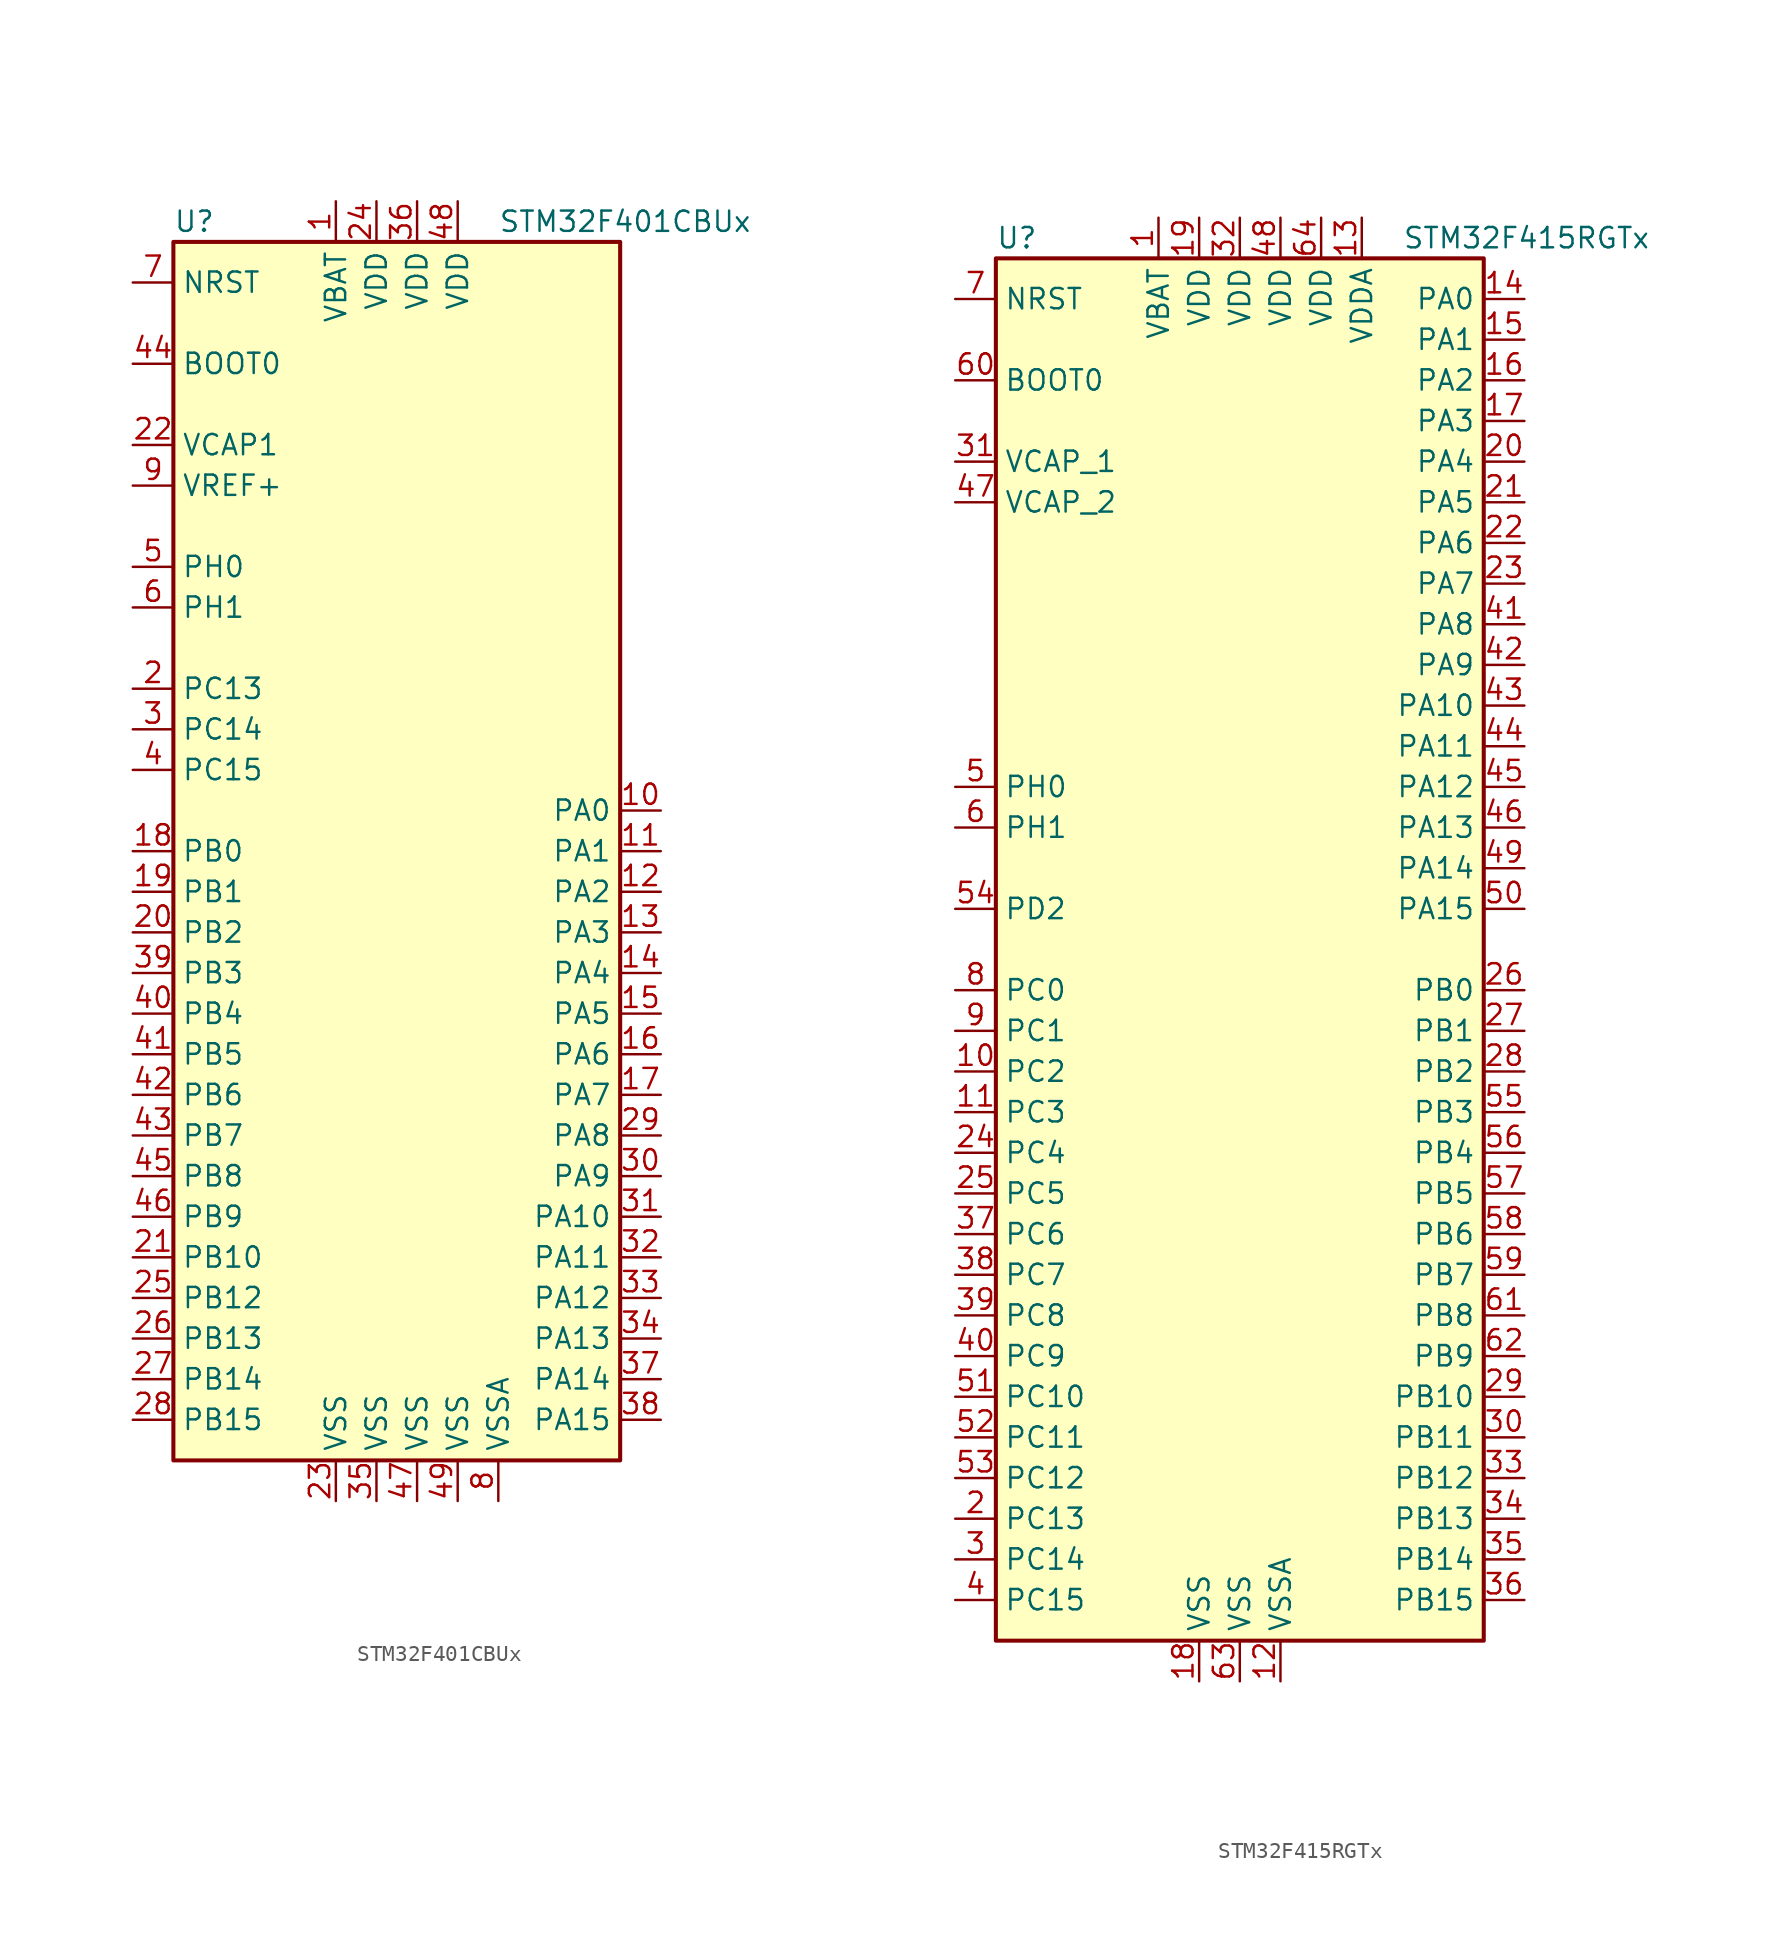
<source format=kicad_sym>
(kicad_symbol_lib
  (version 20201005)
  (generator kicad_symbol_editor)
  (symbol "STM32F401CBUx"
    (property "Reference" "U"
      (at -15.24 39.37 0)
      (effects (font (size 1.27 1.27)) (justify left)))
    (property "Value" "STM32F401CBUx"
      (at 5.08 39.37 0)
      (effects (font (size 1.27 1.27)) (justify left)))
    (symbol "STM32F401CBUx_0_1"
      (rectangle (start -15.24 -38.1) (end 12.7 38.1) (stroke (width 0.254)) (fill (type background))))
    (symbol "STM32F401CBUx_1_1"
      (pin power_in line (at -5.08 40.64 270) (length 2.54) (name "VBAT" (effects (font (size 1.27 1.27)))) (number "1" (effects (font (size 1.27 1.27)))))
      (pin bidirectional line (at 15.24 2.54 180) (length 2.54) (name "PA0" (effects (font (size 1.27 1.27)))) (number "10" (effects (font (size 1.27 1.27)))))
      (pin bidirectional line (at 15.24 0 180) (length 2.54) (name "PA1" (effects (font (size 1.27 1.27)))) (number "11" (effects (font (size 1.27 1.27)))))
      (pin bidirectional line (at 15.24 -2.54 180) (length 2.54) (name "PA2" (effects (font (size 1.27 1.27)))) (number "12" (effects (font (size 1.27 1.27)))))
      (pin bidirectional line (at 15.24 -5.08 180) (length 2.54) (name "PA3" (effects (font (size 1.27 1.27)))) (number "13" (effects (font (size 1.27 1.27)))))
      (pin bidirectional line (at 15.24 -7.62 180) (length 2.54) (name "PA4" (effects (font (size 1.27 1.27)))) (number "14" (effects (font (size 1.27 1.27)))))
      (pin bidirectional line (at 15.24 -10.16 180) (length 2.54) (name "PA5" (effects (font (size 1.27 1.27)))) (number "15" (effects (font (size 1.27 1.27)))))
      (pin bidirectional line (at 15.24 -12.7 180) (length 2.54) (name "PA6" (effects (font (size 1.27 1.27)))) (number "16" (effects (font (size 1.27 1.27)))))
      (pin bidirectional line (at 15.24 -15.24 180) (length 2.54) (name "PA7" (effects (font (size 1.27 1.27)))) (number "17" (effects (font (size 1.27 1.27)))))
      (pin bidirectional line (at -17.78 0 0) (length 2.54) (name "PB0" (effects (font (size 1.27 1.27)))) (number "18" (effects (font (size 1.27 1.27)))))
      (pin bidirectional line (at -17.78 -2.54 0) (length 2.54) (name "PB1" (effects (font (size 1.27 1.27)))) (number "19" (effects (font (size 1.27 1.27)))))
      (pin bidirectional line (at -17.78 10.16 0) (length 2.54) (name "PC13" (effects (font (size 1.27 1.27)))) (number "2" (effects (font (size 1.27 1.27)))))
      (pin bidirectional line (at -17.78 -5.08 0) (length 2.54) (name "PB2" (effects (font (size 1.27 1.27)))) (number "20" (effects (font (size 1.27 1.27)))))
      (pin bidirectional line (at -17.78 -25.4 0) (length 2.54) (name "PB10" (effects (font (size 1.27 1.27)))) (number "21" (effects (font (size 1.27 1.27)))))
      (pin power_in line (at -17.78 25.4 0) (length 2.54) (name "VCAP1" (effects (font (size 1.27 1.27)))) (number "22" (effects (font (size 1.27 1.27)))))
      (pin power_in line (at -5.08 -40.64 90) (length 2.54) (name "VSS" (effects (font (size 1.27 1.27)))) (number "23" (effects (font (size 1.27 1.27)))))
      (pin power_in line (at -2.54 40.64 270) (length 2.54) (name "VDD" (effects (font (size 1.27 1.27)))) (number "24" (effects (font (size 1.27 1.27)))))
      (pin bidirectional line (at -17.78 -27.94 0) (length 2.54) (name "PB12" (effects (font (size 1.27 1.27)))) (number "25" (effects (font (size 1.27 1.27)))))
      (pin bidirectional line (at -17.78 -30.48 0) (length 2.54) (name "PB13" (effects (font (size 1.27 1.27)))) (number "26" (effects (font (size 1.27 1.27)))))
      (pin bidirectional line (at -17.78 -33.02 0) (length 2.54) (name "PB14" (effects (font (size 1.27 1.27)))) (number "27" (effects (font (size 1.27 1.27)))))
      (pin bidirectional line (at -17.78 -35.56 0) (length 2.54) (name "PB15" (effects (font (size 1.27 1.27)))) (number "28" (effects (font (size 1.27 1.27)))))
      (pin bidirectional line (at 15.24 -17.78 180) (length 2.54) (name "PA8" (effects (font (size 1.27 1.27)))) (number "29" (effects (font (size 1.27 1.27)))))
      (pin bidirectional line (at -17.78 7.62 0) (length 2.54) (name "PC14" (effects (font (size 1.27 1.27)))) (number "3" (effects (font (size 1.27 1.27)))))
      (pin bidirectional line (at 15.24 -20.32 180) (length 2.54) (name "PA9" (effects (font (size 1.27 1.27)))) (number "30" (effects (font (size 1.27 1.27)))))
      (pin bidirectional line (at 15.24 -22.86 180) (length 2.54) (name "PA10" (effects (font (size 1.27 1.27)))) (number "31" (effects (font (size 1.27 1.27)))))
      (pin bidirectional line (at 15.24 -25.4 180) (length 2.54) (name "PA11" (effects (font (size 1.27 1.27)))) (number "32" (effects (font (size 1.27 1.27)))))
      (pin bidirectional line (at 15.24 -27.94 180) (length 2.54) (name "PA12" (effects (font (size 1.27 1.27)))) (number "33" (effects (font (size 1.27 1.27)))))
      (pin bidirectional line (at 15.24 -30.48 180) (length 2.54) (name "PA13" (effects (font (size 1.27 1.27)))) (number "34" (effects (font (size 1.27 1.27)))))
      (pin power_in line (at -2.54 -40.64 90) (length 2.54) (name "VSS" (effects (font (size 1.27 1.27)))) (number "35" (effects (font (size 1.27 1.27)))))
      (pin power_in line (at 0 40.64 270) (length 2.54) (name "VDD" (effects (font (size 1.27 1.27)))) (number "36" (effects (font (size 1.27 1.27)))))
      (pin bidirectional line (at 15.24 -33.02 180) (length 2.54) (name "PA14" (effects (font (size 1.27 1.27)))) (number "37" (effects (font (size 1.27 1.27)))))
      (pin bidirectional line (at 15.24 -35.56 180) (length 2.54) (name "PA15" (effects (font (size 1.27 1.27)))) (number "38" (effects (font (size 1.27 1.27)))))
      (pin bidirectional line (at -17.78 -7.62 0) (length 2.54) (name "PB3" (effects (font (size 1.27 1.27)))) (number "39" (effects (font (size 1.27 1.27)))))
      (pin bidirectional line (at -17.78 5.08 0) (length 2.54) (name "PC15" (effects (font (size 1.27 1.27)))) (number "4" (effects (font (size 1.27 1.27)))))
      (pin bidirectional line (at -17.78 -10.16 0) (length 2.54) (name "PB4" (effects (font (size 1.27 1.27)))) (number "40" (effects (font (size 1.27 1.27)))))
      (pin bidirectional line (at -17.78 -12.7 0) (length 2.54) (name "PB5" (effects (font (size 1.27 1.27)))) (number "41" (effects (font (size 1.27 1.27)))))
      (pin bidirectional line (at -17.78 -15.24 0) (length 2.54) (name "PB6" (effects (font (size 1.27 1.27)))) (number "42" (effects (font (size 1.27 1.27)))))
      (pin bidirectional line (at -17.78 -17.78 0) (length 2.54) (name "PB7" (effects (font (size 1.27 1.27)))) (number "43" (effects (font (size 1.27 1.27)))))
      (pin input line (at -17.78 30.48 0) (length 2.54) (name "BOOT0" (effects (font (size 1.27 1.27)))) (number "44" (effects (font (size 1.27 1.27)))))
      (pin bidirectional line (at -17.78 -20.32 0) (length 2.54) (name "PB8" (effects (font (size 1.27 1.27)))) (number "45" (effects (font (size 1.27 1.27)))))
      (pin bidirectional line (at -17.78 -22.86 0) (length 2.54) (name "PB9" (effects (font (size 1.27 1.27)))) (number "46" (effects (font (size 1.27 1.27)))))
      (pin power_in line (at 0 -40.64 90) (length 2.54) (name "VSS" (effects (font (size 1.27 1.27)))) (number "47" (effects (font (size 1.27 1.27)))))
      (pin power_in line (at 2.54 40.64 270) (length 2.54) (name "VDD" (effects (font (size 1.27 1.27)))) (number "48" (effects (font (size 1.27 1.27)))))
      (pin power_in line (at 2.54 -40.64 90) (length 2.54) (name "VSS" (effects (font (size 1.27 1.27)))) (number "49" (effects (font (size 1.27 1.27)))))
      (pin input line (at -17.78 17.78 0) (length 2.54) (name "PH0" (effects (font (size 1.27 1.27)))) (number "5" (effects (font (size 1.27 1.27)))))
      (pin input line (at -17.78 15.24 0) (length 2.54) (name "PH1" (effects (font (size 1.27 1.27)))) (number "6" (effects (font (size 1.27 1.27)))))
      (pin input line (at -17.78 35.56 0) (length 2.54) (name "NRST" (effects (font (size 1.27 1.27)))) (number "7" (effects (font (size 1.27 1.27)))))
      (pin power_in line (at 5.08 -40.64 90) (length 2.54) (name "VSSA" (effects (font (size 1.27 1.27)))) (number "8" (effects (font (size 1.27 1.27)))))
      (pin power_in line (at -17.78 22.86 0) (length 2.54) (name "VREF+" (effects (font (size 1.27 1.27)))) (number "9" (effects (font (size 1.27 1.27)))))))
  (symbol "STM32F415RGTx"
    (property "Reference" "U"
      (at -15.24 44.45 0)
      (effects (font (size 1.27 1.27)) (justify left)))
    (property "Value" "STM32F415RGTx"
      (at 10.16 44.45 0)
      (effects (font (size 1.27 1.27)) (justify left)))
    (symbol "STM32F415RGTx_0_1"
      (rectangle (start -15.24 -43.18) (end 15.24 43.18) (stroke (width 0.254)) (fill (type background))))
    (symbol "STM32F415RGTx_1_1"
      (pin power_in line (at -5.08 45.72 270) (length 2.54) (name "VBAT" (effects (font (size 1.27 1.27)))) (number "1" (effects (font (size 1.27 1.27)))))
      (pin bidirectional line (at -17.78 -7.62 0) (length 2.54) (name "PC2" (effects (font (size 1.27 1.27)))) (number "10" (effects (font (size 1.27 1.27)))))
      (pin bidirectional line (at -17.78 -10.16 0) (length 2.54) (name "PC3" (effects (font (size 1.27 1.27)))) (number "11" (effects (font (size 1.27 1.27)))))
      (pin power_in line (at 2.54 -45.72 90) (length 2.54) (name "VSSA" (effects (font (size 1.27 1.27)))) (number "12" (effects (font (size 1.27 1.27)))))
      (pin power_in line (at 7.62 45.72 270) (length 2.54) (name "VDDA" (effects (font (size 1.27 1.27)))) (number "13" (effects (font (size 1.27 1.27)))))
      (pin bidirectional line (at 17.78 40.64 180) (length 2.54) (name "PA0" (effects (font (size 1.27 1.27)))) (number "14" (effects (font (size 1.27 1.27)))))
      (pin bidirectional line (at 17.78 38.1 180) (length 2.54) (name "PA1" (effects (font (size 1.27 1.27)))) (number "15" (effects (font (size 1.27 1.27)))))
      (pin bidirectional line (at 17.78 35.56 180) (length 2.54) (name "PA2" (effects (font (size 1.27 1.27)))) (number "16" (effects (font (size 1.27 1.27)))))
      (pin bidirectional line (at 17.78 33.02 180) (length 2.54) (name "PA3" (effects (font (size 1.27 1.27)))) (number "17" (effects (font (size 1.27 1.27)))))
      (pin power_in line (at -2.54 -45.72 90) (length 2.54) (name "VSS" (effects (font (size 1.27 1.27)))) (number "18" (effects (font (size 1.27 1.27)))))
      (pin power_in line (at -2.54 45.72 270) (length 2.54) (name "VDD" (effects (font (size 1.27 1.27)))) (number "19" (effects (font (size 1.27 1.27)))))
      (pin bidirectional line (at -17.78 -35.56 0) (length 2.54) (name "PC13" (effects (font (size 1.27 1.27)))) (number "2" (effects (font (size 1.27 1.27)))))
      (pin bidirectional line (at 17.78 30.48 180) (length 2.54) (name "PA4" (effects (font (size 1.27 1.27)))) (number "20" (effects (font (size 1.27 1.27)))))
      (pin bidirectional line (at 17.78 27.94 180) (length 2.54) (name "PA5" (effects (font (size 1.27 1.27)))) (number "21" (effects (font (size 1.27 1.27)))))
      (pin bidirectional line (at 17.78 25.4 180) (length 2.54) (name "PA6" (effects (font (size 1.27 1.27)))) (number "22" (effects (font (size 1.27 1.27)))))
      (pin bidirectional line (at 17.78 22.86 180) (length 2.54) (name "PA7" (effects (font (size 1.27 1.27)))) (number "23" (effects (font (size 1.27 1.27)))))
      (pin bidirectional line (at -17.78 -12.7 0) (length 2.54) (name "PC4" (effects (font (size 1.27 1.27)))) (number "24" (effects (font (size 1.27 1.27)))))
      (pin bidirectional line (at -17.78 -15.24 0) (length 2.54) (name "PC5" (effects (font (size 1.27 1.27)))) (number "25" (effects (font (size 1.27 1.27)))))
      (pin bidirectional line (at 17.78 -2.54 180) (length 2.54) (name "PB0" (effects (font (size 1.27 1.27)))) (number "26" (effects (font (size 1.27 1.27)))))
      (pin bidirectional line (at 17.78 -5.08 180) (length 2.54) (name "PB1" (effects (font (size 1.27 1.27)))) (number "27" (effects (font (size 1.27 1.27)))))
      (pin bidirectional line (at 17.78 -7.62 180) (length 2.54) (name "PB2" (effects (font (size 1.27 1.27)))) (number "28" (effects (font (size 1.27 1.27)))))
      (pin bidirectional line (at 17.78 -27.94 180) (length 2.54) (name "PB10" (effects (font (size 1.27 1.27)))) (number "29" (effects (font (size 1.27 1.27)))))
      (pin bidirectional line (at -17.78 -38.1 0) (length 2.54) (name "PC14" (effects (font (size 1.27 1.27)))) (number "3" (effects (font (size 1.27 1.27)))))
      (pin bidirectional line (at 17.78 -30.48 180) (length 2.54) (name "PB11" (effects (font (size 1.27 1.27)))) (number "30" (effects (font (size 1.27 1.27)))))
      (pin power_in line (at -17.78 30.48 0) (length 2.54) (name "VCAP_1" (effects (font (size 1.27 1.27)))) (number "31" (effects (font (size 1.27 1.27)))))
      (pin power_in line (at 0 45.72 270) (length 2.54) (name "VDD" (effects (font (size 1.27 1.27)))) (number "32" (effects (font (size 1.27 1.27)))))
      (pin bidirectional line (at 17.78 -33.02 180) (length 2.54) (name "PB12" (effects (font (size 1.27 1.27)))) (number "33" (effects (font (size 1.27 1.27)))))
      (pin bidirectional line (at 17.78 -35.56 180) (length 2.54) (name "PB13" (effects (font (size 1.27 1.27)))) (number "34" (effects (font (size 1.27 1.27)))))
      (pin bidirectional line (at 17.78 -38.1 180) (length 2.54) (name "PB14" (effects (font (size 1.27 1.27)))) (number "35" (effects (font (size 1.27 1.27)))))
      (pin bidirectional line (at 17.78 -40.64 180) (length 2.54) (name "PB15" (effects (font (size 1.27 1.27)))) (number "36" (effects (font (size 1.27 1.27)))))
      (pin bidirectional line (at -17.78 -17.78 0) (length 2.54) (name "PC6" (effects (font (size 1.27 1.27)))) (number "37" (effects (font (size 1.27 1.27)))))
      (pin bidirectional line (at -17.78 -20.32 0) (length 2.54) (name "PC7" (effects (font (size 1.27 1.27)))) (number "38" (effects (font (size 1.27 1.27)))))
      (pin bidirectional line (at -17.78 -22.86 0) (length 2.54) (name "PC8" (effects (font (size 1.27 1.27)))) (number "39" (effects (font (size 1.27 1.27)))))
      (pin bidirectional line (at -17.78 -40.64 0) (length 2.54) (name "PC15" (effects (font (size 1.27 1.27)))) (number "4" (effects (font (size 1.27 1.27)))))
      (pin bidirectional line (at -17.78 -25.4 0) (length 2.54) (name "PC9" (effects (font (size 1.27 1.27)))) (number "40" (effects (font (size 1.27 1.27)))))
      (pin bidirectional line (at 17.78 20.32 180) (length 2.54) (name "PA8" (effects (font (size 1.27 1.27)))) (number "41" (effects (font (size 1.27 1.27)))))
      (pin bidirectional line (at 17.78 17.78 180) (length 2.54) (name "PA9" (effects (font (size 1.27 1.27)))) (number "42" (effects (font (size 1.27 1.27)))))
      (pin bidirectional line (at 17.78 15.24 180) (length 2.54) (name "PA10" (effects (font (size 1.27 1.27)))) (number "43" (effects (font (size 1.27 1.27)))))
      (pin bidirectional line (at 17.78 12.7 180) (length 2.54) (name "PA11" (effects (font (size 1.27 1.27)))) (number "44" (effects (font (size 1.27 1.27)))))
      (pin bidirectional line (at 17.78 10.16 180) (length 2.54) (name "PA12" (effects (font (size 1.27 1.27)))) (number "45" (effects (font (size 1.27 1.27)))))
      (pin bidirectional line (at 17.78 7.62 180) (length 2.54) (name "PA13" (effects (font (size 1.27 1.27)))) (number "46" (effects (font (size 1.27 1.27)))))
      (pin power_in line (at -17.78 27.94 0) (length 2.54) (name "VCAP_2" (effects (font (size 1.27 1.27)))) (number "47" (effects (font (size 1.27 1.27)))))
      (pin power_in line (at 2.54 45.72 270) (length 2.54) (name "VDD" (effects (font (size 1.27 1.27)))) (number "48" (effects (font (size 1.27 1.27)))))
      (pin bidirectional line (at 17.78 5.08 180) (length 2.54) (name "PA14" (effects (font (size 1.27 1.27)))) (number "49" (effects (font (size 1.27 1.27)))))
      (pin input line (at -17.78 10.16 0) (length 2.54) (name "PH0" (effects (font (size 1.27 1.27)))) (number "5" (effects (font (size 1.27 1.27)))))
      (pin bidirectional line (at 17.78 2.54 180) (length 2.54) (name "PA15" (effects (font (size 1.27 1.27)))) (number "50" (effects (font (size 1.27 1.27)))))
      (pin bidirectional line (at -17.78 -27.94 0) (length 2.54) (name "PC10" (effects (font (size 1.27 1.27)))) (number "51" (effects (font (size 1.27 1.27)))))
      (pin bidirectional line (at -17.78 -30.48 0) (length 2.54) (name "PC11" (effects (font (size 1.27 1.27)))) (number "52" (effects (font (size 1.27 1.27)))))
      (pin bidirectional line (at -17.78 -33.02 0) (length 2.54) (name "PC12" (effects (font (size 1.27 1.27)))) (number "53" (effects (font (size 1.27 1.27)))))
      (pin bidirectional line (at -17.78 2.54 0) (length 2.54) (name "PD2" (effects (font (size 1.27 1.27)))) (number "54" (effects (font (size 1.27 1.27)))))
      (pin bidirectional line (at 17.78 -10.16 180) (length 2.54) (name "PB3" (effects (font (size 1.27 1.27)))) (number "55" (effects (font (size 1.27 1.27)))))
      (pin bidirectional line (at 17.78 -12.7 180) (length 2.54) (name "PB4" (effects (font (size 1.27 1.27)))) (number "56" (effects (font (size 1.27 1.27)))))
      (pin bidirectional line (at 17.78 -15.24 180) (length 2.54) (name "PB5" (effects (font (size 1.27 1.27)))) (number "57" (effects (font (size 1.27 1.27)))))
      (pin bidirectional line (at 17.78 -17.78 180) (length 2.54) (name "PB6" (effects (font (size 1.27 1.27)))) (number "58" (effects (font (size 1.27 1.27)))))
      (pin bidirectional line (at 17.78 -20.32 180) (length 2.54) (name "PB7" (effects (font (size 1.27 1.27)))) (number "59" (effects (font (size 1.27 1.27)))))
      (pin input line (at -17.78 7.62 0) (length 2.54) (name "PH1" (effects (font (size 1.27 1.27)))) (number "6" (effects (font (size 1.27 1.27)))))
      (pin input line (at -17.78 35.56 0) (length 2.54) (name "BOOT0" (effects (font (size 1.27 1.27)))) (number "60" (effects (font (size 1.27 1.27)))))
      (pin bidirectional line (at 17.78 -22.86 180) (length 2.54) (name "PB8" (effects (font (size 1.27 1.27)))) (number "61" (effects (font (size 1.27 1.27)))))
      (pin bidirectional line (at 17.78 -25.4 180) (length 2.54) (name "PB9" (effects (font (size 1.27 1.27)))) (number "62" (effects (font (size 1.27 1.27)))))
      (pin power_in line (at 0 -45.72 90) (length 2.54) (name "VSS" (effects (font (size 1.27 1.27)))) (number "63" (effects (font (size 1.27 1.27)))))
      (pin power_in line (at 5.08 45.72 270) (length 2.54) (name "VDD" (effects (font (size 1.27 1.27)))) (number "64" (effects (font (size 1.27 1.27)))))
      (pin input line (at -17.78 40.64 0) (length 2.54) (name "NRST" (effects (font (size 1.27 1.27)))) (number "7" (effects (font (size 1.27 1.27)))))
      (pin bidirectional line (at -17.78 -2.54 0) (length 2.54) (name "PC0" (effects (font (size 1.27 1.27)))) (number "8" (effects (font (size 1.27 1.27)))))
      (pin bidirectional line (at -17.78 -5.08 0) (length 2.54) (name "PC1" (effects (font (size 1.27 1.27)))) (number "9" (effects (font (size 1.27 1.27))))))))
</source>
